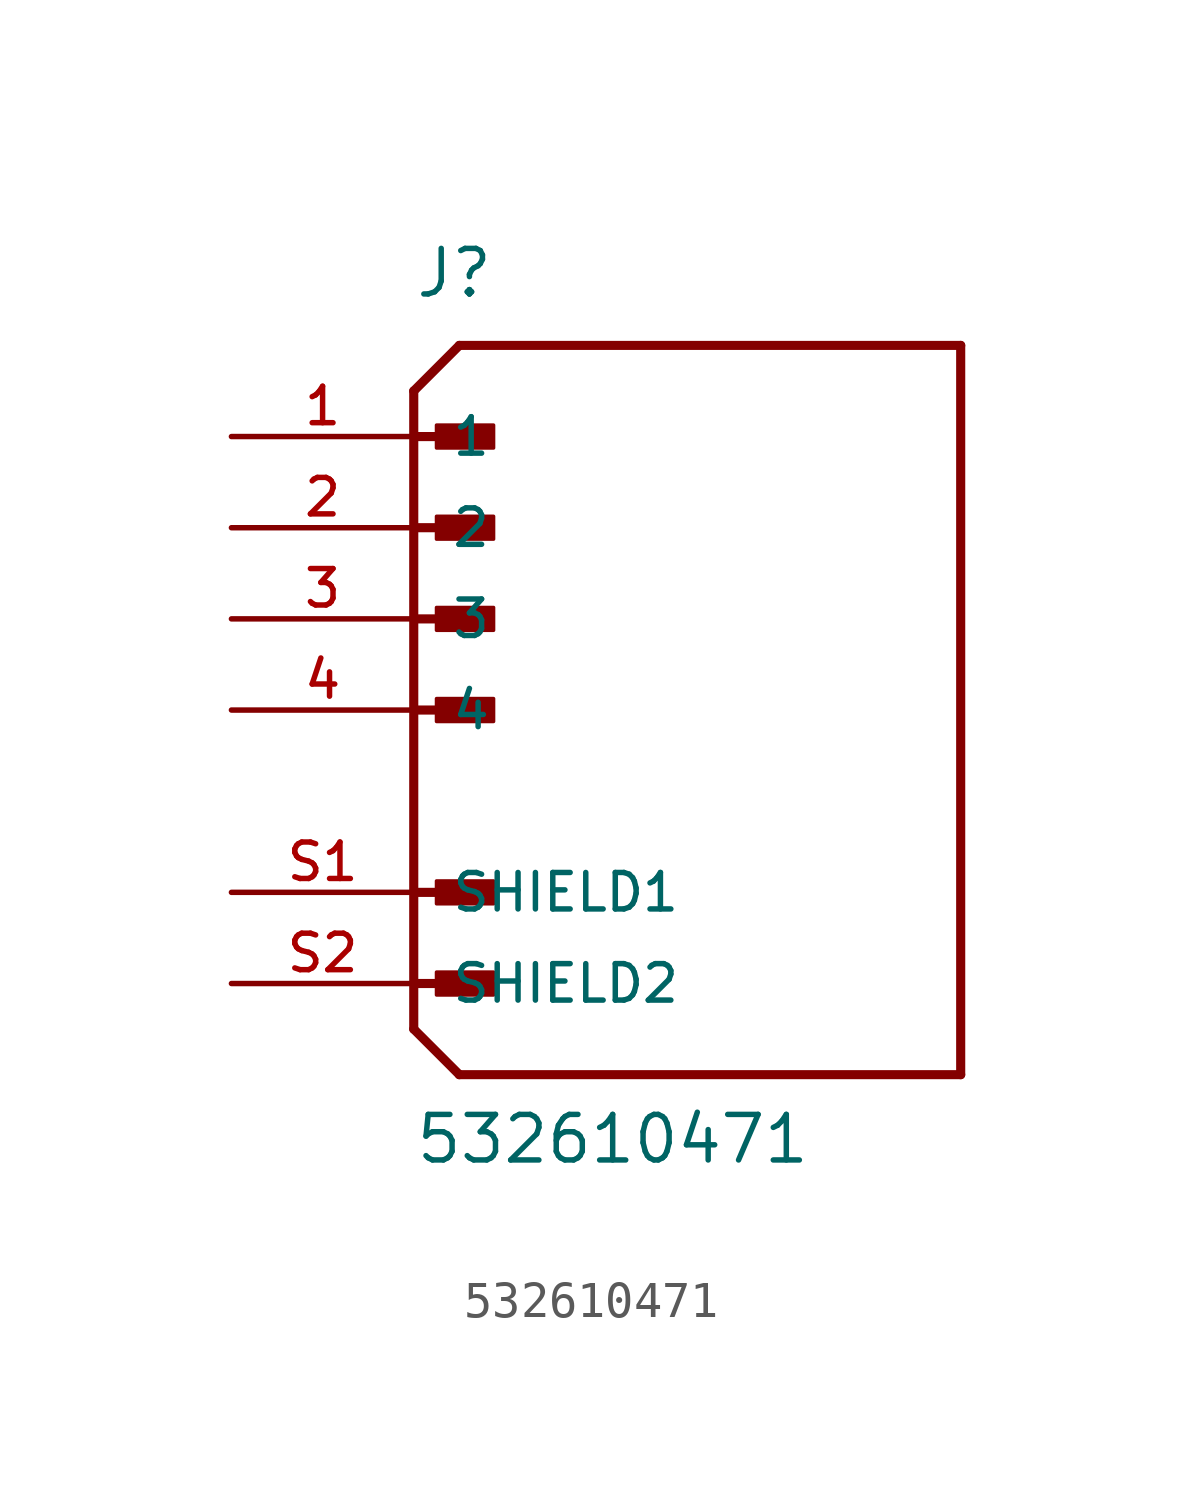
<source format=kicad_sym>
(kicad_symbol_lib
  (version 20211014)
  (generator kicad_symbol_editor)
  (symbol "532610471"
    (pin_names
      (offset 1.016))
    (property "Reference" "J"
      (at -7.62 11.43 0)
      (effects (font (size 1.27 1.27)) (justify bottom left)))
    (property "Value" "532610471"
      (at -7.62 -12.7 0)
      (effects (font (size 1.27 1.27)) (justify bottom left)))
    (symbol "532610471_0_0"
      (polyline (pts (xy -7.62 8.89) (xy -6.35 10.16)) (stroke (width 0.254)))
      (polyline (pts (xy -7.62 8.89) (xy -7.62 -8.89)) (stroke (width 0.254)))
      (polyline (pts (xy -7.62 -8.89) (xy -6.35 -10.16)) (stroke (width 0.254)))
      (polyline (pts (xy -6.35 -10.16) (xy 7.62 -10.16)) (stroke (width 0.254)))
      (polyline (pts (xy 7.62 -10.16) (xy 7.62 10.16)) (stroke (width 0.254)))
      (polyline (pts (xy 7.62 10.16) (xy -6.35 10.16)) (stroke (width 0.254)))
      (rectangle (start -6.985 7.303) (end -5.397 7.938) (stroke (width 0.1)) (fill (type outline)))
      (polyline (pts (xy -7.62 5.08) (xy -5.715 5.08)) (stroke (width 0.254)))
      (rectangle (start -6.985 4.763) (end -5.397 5.397) (stroke (width 0.1)) (fill (type outline)))
      (polyline (pts (xy -7.62 2.54) (xy -5.715 2.54)) (stroke (width 0.254)))
      (rectangle (start -6.985 2.223) (end -5.397 2.857) (stroke (width 0.1)) (fill (type outline)))
      (polyline (pts (xy -7.62 0.0) (xy -5.715 0.0)) (stroke (width 0.254)))
      (rectangle (start -6.985 -0.318) (end -5.397 0.318) (stroke (width 0.1)) (fill (type outline)))
      (polyline (pts (xy -7.62 7.62) (xy -5.715 7.62)) (stroke (width 0.254)))
      (polyline (pts (xy -7.62 -5.08) (xy -5.715 -5.08)) (stroke (width 0.254)))
      (rectangle (start -6.985 -5.397) (end -5.397 -4.763) (stroke (width 0.1)) (fill (type outline)))
      (polyline (pts (xy -7.62 -7.62) (xy -5.715 -7.62)) (stroke (width 0.254)))
      (rectangle (start -6.985 -7.938) (end -5.397 -7.303) (stroke (width 0.1)) (fill (type outline)))
      (pin passive line (at -12.7 7.62 0) (length 5.08) (name "1" (effects (font (size 1.016 1.016)))) (number "1" (effects (font (size 1.016 1.016)))))
      (pin passive line (at -12.7 5.08 0) (length 5.08) (name "2" (effects (font (size 1.016 1.016)))) (number "2" (effects (font (size 1.016 1.016)))))
      (pin passive line (at -12.7 2.54 0) (length 5.08) (name "3" (effects (font (size 1.016 1.016)))) (number "3" (effects (font (size 1.016 1.016)))))
      (pin passive line (at -12.7 0.0 0) (length 5.08) (name "4" (effects (font (size 1.016 1.016)))) (number "4" (effects (font (size 1.016 1.016)))))
      (pin passive line (at -12.7 -5.08 0) (length 5.08) (name "SHIELD1" (effects (font (size 1.016 1.016)))) (number "S1" (effects (font (size 1.016 1.016)))))
      (pin passive line (at -12.7 -7.62 0) (length 5.08) (name "SHIELD2" (effects (font (size 1.016 1.016)))) (number "S2" (effects (font (size 1.016 1.016))))))))
</source>
